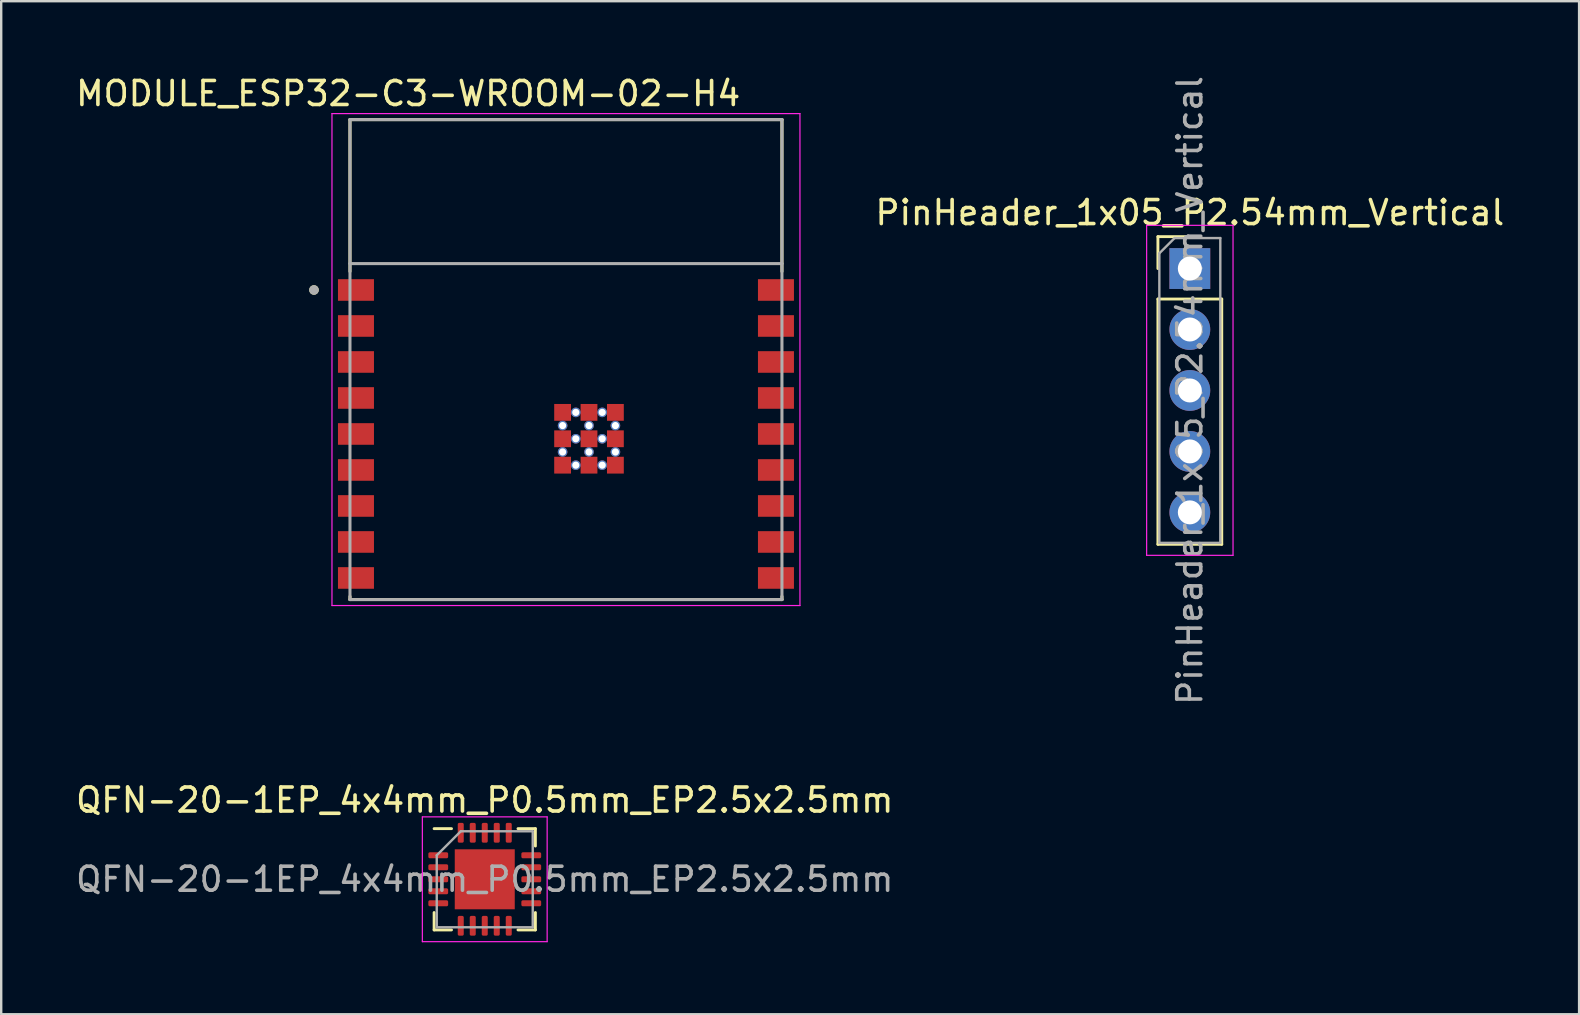
<source format=kicad_pcb>
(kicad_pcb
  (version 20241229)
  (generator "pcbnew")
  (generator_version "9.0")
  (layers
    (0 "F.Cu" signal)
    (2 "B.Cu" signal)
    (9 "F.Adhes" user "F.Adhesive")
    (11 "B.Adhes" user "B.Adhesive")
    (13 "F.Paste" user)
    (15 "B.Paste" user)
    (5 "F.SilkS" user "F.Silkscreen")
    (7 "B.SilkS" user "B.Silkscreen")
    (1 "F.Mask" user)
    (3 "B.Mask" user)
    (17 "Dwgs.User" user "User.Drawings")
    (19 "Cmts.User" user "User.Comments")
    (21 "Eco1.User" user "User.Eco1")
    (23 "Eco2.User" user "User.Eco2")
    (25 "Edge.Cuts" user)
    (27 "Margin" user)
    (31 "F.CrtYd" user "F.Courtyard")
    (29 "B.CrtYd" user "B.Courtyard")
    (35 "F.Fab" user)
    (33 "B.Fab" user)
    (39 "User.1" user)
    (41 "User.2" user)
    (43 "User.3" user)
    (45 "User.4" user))
  (footprint "PinHeader_1x05_P2.54mm_Vertical"
    (layer "F.Cu")
    (at 46.529 8.14)
    (property "Reference" "PinHeader_1x05_P2.54mm_Vertical" (at 0 -2.33 0) (layer "F.SilkS") (effects (font (size 1 1) (thickness 0.15))))
    (attr through_hole)
    (fp_line (start -1.33 -1.33) (end 0 -1.33) (stroke (width 0.12) (type solid)) (layer "F.SilkS"))
    (fp_line (start -1.33 0) (end -1.33 -1.33) (stroke (width 0.12) (type solid)) (layer "F.SilkS"))
    (fp_line (start -1.33 1.27) (end -1.33 11.49) (stroke (width 0.12) (type solid)) (layer "F.SilkS"))
    (fp_line (start -1.33 1.27) (end 1.33 1.27) (stroke (width 0.12) (type solid)) (layer "F.SilkS"))
    (fp_line (start -1.33 11.49) (end 1.33 11.49) (stroke (width 0.12) (type solid)) (layer "F.SilkS"))
    (fp_line (start 1.33 1.27) (end 1.33 11.49) (stroke (width 0.12) (type solid)) (layer "F.SilkS"))
    (fp_line (start -1.8 -1.8) (end -1.8 11.95) (stroke (width 0.05) (type solid)) (layer "F.CrtYd"))
    (fp_line (start -1.8 11.95) (end 1.8 11.95) (stroke (width 0.05) (type solid)) (layer "F.CrtYd"))
    (fp_line (start 1.8 -1.8) (end -1.8 -1.8) (stroke (width 0.05) (type solid)) (layer "F.CrtYd"))
    (fp_line (start 1.8 11.95) (end 1.8 -1.8) (stroke (width 0.05) (type solid)) (layer "F.CrtYd"))
    (fp_line (start -1.27 -0.635) (end -0.635 -1.27) (stroke (width 0.1) (type solid)) (layer "F.Fab"))
    (fp_line (start -1.27 11.43) (end -1.27 -0.635) (stroke (width 0.1) (type solid)) (layer "F.Fab"))
    (fp_line (start -0.635 -1.27) (end 1.27 -1.27) (stroke (width 0.1) (type solid)) (layer "F.Fab"))
    (fp_line (start 1.27 -1.27) (end 1.27 11.43) (stroke (width 0.1) (type solid)) (layer "F.Fab"))
    (fp_line (start 1.27 11.43) (end -1.27 11.43) (stroke (width 0.1) (type solid)) (layer "F.Fab"))
    (fp_text user "${REFERENCE}" (at 0 5.08 90) (layer "F.Fab") (effects (font (size 1 1) (thickness 0.15))))
    (pad "1" thru_hole rect (at 0 0) (size 1.7 1.7) (drill 1) (layers "*.Cu" "*.Mask"))
    (pad "2" thru_hole oval (at 0 2.54) (size 1.7 1.7) (drill 1) (layers "*.Cu" "*.Mask"))
    (pad "3" thru_hole oval (at 0 5.08) (size 1.7 1.7) (drill 1) (layers "*.Cu" "*.Mask"))
    (pad "4" thru_hole oval (at 0 7.62) (size 1.7 1.7) (drill 1) (layers "*.Cu" "*.Mask"))
    (pad "5" thru_hole oval (at 0 10.16) (size 1.7 1.7) (drill 1) (layers "*.Cu" "*.Mask")))
  (footprint "QFN-20-1EP_4x4mm_P0.5mm_EP2.5x2.5mm"
    (layer "F.Cu")
    (at 17.149 33.589)
    (property "Reference" "QFN-20-1EP_4x4mm_P0.5mm_EP2.5x2.5mm" (at 0 -3.3 0) (layer "F.SilkS") (effects (font (size 1 1) (thickness 0.15))))
    (attr smd)
    (fp_line (start -2.11 2.11) (end -2.11 1.385) (stroke (width 0.12) (type solid)) (layer "F.SilkS"))
    (fp_line (start -1.385 -2.11) (end -2.11 -2.11) (stroke (width 0.12) (type solid)) (layer "F.SilkS"))
    (fp_line (start -1.385 2.11) (end -2.11 2.11) (stroke (width 0.12) (type solid)) (layer "F.SilkS"))
    (fp_line (start 1.385 -2.11) (end 2.11 -2.11) (stroke (width 0.12) (type solid)) (layer "F.SilkS"))
    (fp_line (start 1.385 2.11) (end 2.11 2.11) (stroke (width 0.12) (type solid)) (layer "F.SilkS"))
    (fp_line (start 2.11 -2.11) (end 2.11 -1.385) (stroke (width 0.12) (type solid)) (layer "F.SilkS"))
    (fp_line (start 2.11 2.11) (end 2.11 1.385) (stroke (width 0.12) (type solid)) (layer "F.SilkS"))
    (fp_line (start -2.6 -2.6) (end -2.6 2.6) (stroke (width 0.05) (type solid)) (layer "F.CrtYd"))
    (fp_line (start -2.6 2.6) (end 2.6 2.6) (stroke (width 0.05) (type solid)) (layer "F.CrtYd"))
    (fp_line (start 2.6 -2.6) (end -2.6 -2.6) (stroke (width 0.05) (type solid)) (layer "F.CrtYd"))
    (fp_line (start 2.6 2.6) (end 2.6 -2.6) (stroke (width 0.05) (type solid)) (layer "F.CrtYd"))
    (fp_line (start -2 -1) (end -1 -2) (stroke (width 0.1) (type solid)) (layer "F.Fab"))
    (fp_line (start -2 2) (end -2 -1) (stroke (width 0.1) (type solid)) (layer "F.Fab"))
    (fp_line (start -1 -2) (end 2 -2) (stroke (width 0.1) (type solid)) (layer "F.Fab"))
    (fp_line (start 2 -2) (end 2 2) (stroke (width 0.1) (type solid)) (layer "F.Fab"))
    (fp_line (start 2 2) (end -2 2) (stroke (width 0.1) (type solid)) (layer "F.Fab"))
    (fp_text user "${REFERENCE}" (at 0 0 0) (layer "F.Fab") (effects (font (size 1 1) (thickness 0.15))))
    (pad "" smd roundrect (at -0.625 -0.625) (size 1.01 1.01) (layers "F.Paste") (roundrect_rratio 0.248))
    (pad "" smd roundrect (at -0.625 0.625) (size 1.01 1.01) (layers "F.Paste") (roundrect_rratio 0.248))
    (pad "" smd roundrect (at 0.625 -0.625) (size 1.01 1.01) (layers "F.Paste") (roundrect_rratio 0.248))
    (pad "" smd roundrect (at 0.625 0.625) (size 1.01 1.01) (layers "F.Paste") (roundrect_rratio 0.248))
    (pad "1" smd roundrect (at -1.938 -1) (size 0.825 0.25) (layers "F.Cu" "F.Mask" "F.Paste") (roundrect_rratio 0.25))
    (pad "2" smd roundrect (at -1.938 -0.5) (size 0.825 0.25) (layers "F.Cu" "F.Mask" "F.Paste") (roundrect_rratio 0.25))
    (pad "3" smd roundrect (at -1.938 0) (size 0.825 0.25) (layers "F.Cu" "F.Mask" "F.Paste") (roundrect_rratio 0.25))
    (pad "4" smd roundrect (at -1.938 0.5) (size 0.825 0.25) (layers "F.Cu" "F.Mask" "F.Paste") (roundrect_rratio 0.25))
    (pad "5" smd roundrect (at -1.938 1) (size 0.825 0.25) (layers "F.Cu" "F.Mask" "F.Paste") (roundrect_rratio 0.25))
    (pad "6" smd roundrect (at -1 1.938) (size 0.25 0.825) (layers "F.Cu" "F.Mask" "F.Paste") (roundrect_rratio 0.25))
    (pad "7" smd roundrect (at -0.5 1.938) (size 0.25 0.825) (layers "F.Cu" "F.Mask" "F.Paste") (roundrect_rratio 0.25))
    (pad "8" smd roundrect (at 0 1.938) (size 0.25 0.825) (layers "F.Cu" "F.Mask" "F.Paste") (roundrect_rratio 0.25))
    (pad "9" smd roundrect (at 0.5 1.938) (size 0.25 0.825) (layers "F.Cu" "F.Mask" "F.Paste") (roundrect_rratio 0.25))
    (pad "10" smd roundrect (at 1 1.938) (size 0.25 0.825) (layers "F.Cu" "F.Mask" "F.Paste") (roundrect_rratio 0.25))
    (pad "11" smd roundrect (at 1.938 1) (size 0.825 0.25) (layers "F.Cu" "F.Mask" "F.Paste") (roundrect_rratio 0.25))
    (pad "12" smd roundrect (at 1.938 0.5) (size 0.825 0.25) (layers "F.Cu" "F.Mask" "F.Paste") (roundrect_rratio 0.25))
    (pad "13" smd roundrect (at 1.938 0) (size 0.825 0.25) (layers "F.Cu" "F.Mask" "F.Paste") (roundrect_rratio 0.25))
    (pad "14" smd roundrect (at 1.938 -0.5) (size 0.825 0.25) (layers "F.Cu" "F.Mask" "F.Paste") (roundrect_rratio 0.25))
    (pad "15" smd roundrect (at 1.938 -1) (size 0.825 0.25) (layers "F.Cu" "F.Mask" "F.Paste") (roundrect_rratio 0.25))
    (pad "16" smd roundrect (at 1 -1.938) (size 0.25 0.825) (layers "F.Cu" "F.Mask" "F.Paste") (roundrect_rratio 0.25))
    (pad "17" smd roundrect (at 0.5 -1.938) (size 0.25 0.825) (layers "F.Cu" "F.Mask" "F.Paste") (roundrect_rratio 0.25))
    (pad "18" smd roundrect (at 0 -1.938) (size 0.25 0.825) (layers "F.Cu" "F.Mask" "F.Paste") (roundrect_rratio 0.25))
    (pad "19" smd roundrect (at -0.5 -1.938) (size 0.25 0.825) (layers "F.Cu" "F.Mask" "F.Paste") (roundrect_rratio 0.25))
    (pad "20" smd roundrect (at -1 -1.938) (size 0.25 0.825) (layers "F.Cu" "F.Mask" "F.Paste") (roundrect_rratio 0.25))
    (pad "21" smd rect (at 0 0) (size 2.5 2.5) (layers "F.Cu" "F.Mask")))
  (footprint "MODULE_ESP32-C3-WROOM-02-H4"
    (layer "F.Cu")
    (at 20.533 11.933)
    (property "Reference" "MODULE_ESP32-C3-WROOM-02-H4" (at -6.575 -11.085 0) (layer "F.SilkS") (effects (font (size 1 1) (thickness 0.15))))
    (attr smd)
    (fp_line (start -9 -10) (end -9 -3.67) (stroke (width 0.127) (type solid)) (layer "F.SilkS"))
    (fp_line (start -9 10) (end -9 9.87) (stroke (width 0.127) (type solid)) (layer "F.SilkS"))
    (fp_line (start -9 10) (end 9 10) (stroke (width 0.127) (type solid)) (layer "F.SilkS"))
    (fp_line (start 9 -10) (end -9 -10) (stroke (width 0.127) (type solid)) (layer "F.SilkS"))
    (fp_line (start 9 -3.67) (end 9 -10) (stroke (width 0.127) (type solid)) (layer "F.SilkS"))
    (fp_line (start 9 10) (end 9 9.87) (stroke (width 0.127) (type solid)) (layer "F.SilkS"))
    (fp_circle (center -10.5 -2.9) (end -10.4 -2.9) (stroke (width 0.2) (type solid)) (fill no) (layer "F.SilkS"))
    (fp_line (start -9.75 -10.25) (end -9.75 10.25) (stroke (width 0.05) (type solid)) (layer "F.CrtYd"))
    (fp_line (start -9.75 10.25) (end 9.75 10.25) (stroke (width 0.05) (type solid)) (layer "F.CrtYd"))
    (fp_line (start 9.75 -10.25) (end -9.75 -10.25) (stroke (width 0.05) (type solid)) (layer "F.CrtYd"))
    (fp_line (start 9.75 10.25) (end 9.75 -10.25) (stroke (width 0.05) (type solid)) (layer "F.CrtYd"))
    (fp_line (start -9 -10) (end -9 -4) (stroke (width 0.127) (type solid)) (layer "F.Fab"))
    (fp_line (start -9 -4) (end -9 10) (stroke (width 0.127) (type solid)) (layer "F.Fab"))
    (fp_line (start -9 10) (end 9 10) (stroke (width 0.127) (type solid)) (layer "F.Fab"))
    (fp_line (start 9 -10) (end -9 -10) (stroke (width 0.127) (type solid)) (layer "F.Fab"))
    (fp_line (start 9 -4) (end -9 -4) (stroke (width 0.127) (type solid)) (layer "F.Fab"))
    (fp_line (start 9 -4) (end 9 -10) (stroke (width 0.127) (type solid)) (layer "F.Fab"))
    (fp_line (start 9 10) (end 9 -4) (stroke (width 0.127) (type solid)) (layer "F.Fab"))
    (fp_circle (center -10.5 -2.9) (end -10.4 -2.9) (stroke (width 0.2) (type solid)) (fill no) (layer "F.Fab"))
    (pad "1" smd rect (at -8.75 -2.9) (size 1.5 0.9) (layers "F.Cu" "F.Mask" "F.Paste"))
    (pad "2" smd rect (at -8.75 -1.4) (size 1.5 0.9) (layers "F.Cu" "F.Mask" "F.Paste"))
    (pad "3" smd rect (at -8.75 0.1) (size 1.5 0.9) (layers "F.Cu" "F.Mask" "F.Paste"))
    (pad "4" smd rect (at -8.75 1.6) (size 1.5 0.9) (layers "F.Cu" "F.Mask" "F.Paste"))
    (pad "5" smd rect (at -8.75 3.1) (size 1.5 0.9) (layers "F.Cu" "F.Mask" "F.Paste"))
    (pad "6" smd rect (at -8.75 4.6) (size 1.5 0.9) (layers "F.Cu" "F.Mask" "F.Paste"))
    (pad "7" smd rect (at -8.75 6.1) (size 1.5 0.9) (layers "F.Cu" "F.Mask" "F.Paste"))
    (pad "8" smd rect (at -8.75 7.6) (size 1.5 0.9) (layers "F.Cu" "F.Mask" "F.Paste"))
    (pad "9" smd rect (at -8.75 9.1) (size 1.5 0.9) (layers "F.Cu" "F.Mask" "F.Paste"))
    (pad "10" smd rect (at 8.75 9.1) (size 1.5 0.9) (layers "F.Cu" "F.Mask" "F.Paste"))
    (pad "11" smd rect (at 8.75 7.6) (size 1.5 0.9) (layers "F.Cu" "F.Mask" "F.Paste"))
    (pad "12" smd rect (at 8.75 6.1) (size 1.5 0.9) (layers "F.Cu" "F.Mask" "F.Paste"))
    (pad "13" smd rect (at 8.75 4.6) (size 1.5 0.9) (layers "F.Cu" "F.Mask" "F.Paste"))
    (pad "14" smd rect (at 8.75 3.1) (size 1.5 0.9) (layers "F.Cu" "F.Mask" "F.Paste"))
    (pad "15" smd rect (at 8.75 1.6) (size 1.5 0.9) (layers "F.Cu" "F.Mask" "F.Paste"))
    (pad "16" smd rect (at 8.75 0.1) (size 1.5 0.9) (layers "F.Cu" "F.Mask" "F.Paste"))
    (pad "17" smd rect (at 8.75 -1.4) (size 1.5 0.9) (layers "F.Cu" "F.Mask" "F.Paste"))
    (pad "18" smd rect (at 8.75 -2.9) (size 1.5 0.9) (layers "F.Cu" "F.Mask" "F.Paste"))
    (pad "19" smd rect (at -0.14 2.2) (size 0.7 0.7) (layers "F.Cu" "F.Mask" "F.Paste"))
    (pad "20" smd rect (at 0.96 2.2) (size 0.7 0.7) (layers "F.Cu" "F.Mask" "F.Paste"))
    (pad "21" smd rect (at 2.06 2.2) (size 0.7 0.7) (layers "F.Cu" "F.Mask" "F.Paste"))
    (pad "22" smd rect (at -0.14 3.3) (size 0.7 0.7) (layers "F.Cu" "F.Mask" "F.Paste"))
    (pad "23" smd rect (at 0.96 3.3) (size 0.7 0.7) (layers "F.Cu" "F.Mask" "F.Paste"))
    (pad "24" smd rect (at 2.06 3.3) (size 0.7 0.7) (layers "F.Cu" "F.Mask" "F.Paste"))
    (pad "25" smd rect (at -0.14 4.4) (size 0.7 0.7) (layers "F.Cu" "F.Mask" "F.Paste"))
    (pad "26" smd rect (at 0.96 4.4) (size 0.7 0.7) (layers "F.Cu" "F.Mask" "F.Paste"))
    (pad "27" smd rect (at 2.06 4.4) (size 0.7 0.7) (layers "F.Cu" "F.Mask" "F.Paste"))
    (pad "28" thru_hole circle (at 0.41 2.2) (size 0.4 0.4) (drill 0.3) (layers "*.Cu"))
    (pad "29" thru_hole circle (at 1.51 2.2) (size 0.4 0.4) (drill 0.3) (layers "*.Cu"))
    (pad "30" thru_hole circle (at -0.14 2.75) (size 0.4 0.4) (drill 0.3) (layers "*.Cu"))
    (pad "31" thru_hole circle (at 0.96 2.75) (size 0.4 0.4) (drill 0.3) (layers "*.Cu"))
    (pad "32" thru_hole circle (at 2.06 2.75) (size 0.4 0.4) (drill 0.3) (layers "*.Cu"))
    (pad "33" thru_hole circle (at 0.41 3.3) (size 0.4 0.4) (drill 0.3) (layers "*.Cu"))
    (pad "34" thru_hole circle (at 1.51 3.3) (size 0.4 0.4) (drill 0.3) (layers "*.Cu"))
    (pad "35" thru_hole circle (at -0.14 3.85) (size 0.4 0.4) (drill 0.3) (layers "*.Cu"))
    (pad "36" thru_hole circle (at 0.96 3.85) (size 0.4 0.4) (drill 0.3) (layers "*.Cu"))
    (pad "37" thru_hole circle (at 2.06 3.85) (size 0.4 0.4) (drill 0.3) (layers "*.Cu"))
    (pad "38" thru_hole circle (at 0.41 4.4) (size 0.4 0.4) (drill 0.3) (layers "*.Cu"))
    (pad "39" thru_hole circle (at 1.51 4.4) (size 0.4 0.4) (drill 0.3) (layers "*.Cu"))
    (zone (net_name "") (layer "F.Cu") (hatch full 0.508) (connect_pads) (min_thickness 0.01) (filled_areas_thickness no) (keepout (tracks not_allowed) (vias not_allowed) (pads not_allowed) (copperpour not_allowed) (footprints allowed)) (placement (enabled no)) (fill) (polygon (pts (xy 11.533 1.933) (xy 29.533 1.933) (xy 29.533 7.933) (xy 11.533 7.933))))
    (zone (net_name "") (layers "F.Cu" "B.Cu") (hatch full 0.508) (connect_pads) (min_thickness 0.01) (filled_areas_thickness no) (keepout (tracks allowed) (vias not_allowed) (pads allowed) (copperpour allowed) (footprints allowed)) (placement (enabled no)) (fill) (polygon (pts (xy 11.533 1.933) (xy 29.533 1.933) (xy 29.533 7.933) (xy 11.533 7.933))))
    (zone (net_name "") (layer "B.Cu") (hatch full 0.508) (connect_pads) (min_thickness 0.01) (filled_areas_thickness no) (keepout (tracks not_allowed) (vias not_allowed) (pads not_allowed) (copperpour not_allowed) (footprints allowed)) (placement (enabled no)) (fill) (polygon (pts (xy 11.533 1.933) (xy 29.533 1.933) (xy 29.533 7.933) (xy 11.533 7.933)))))
  (gr_rect
    (start -3 -3)
    (end 62.749 39.214)
    (stroke (width 0.1) (type default))
    (fill no)
    (layer "Edge.Cuts")))
</source>
